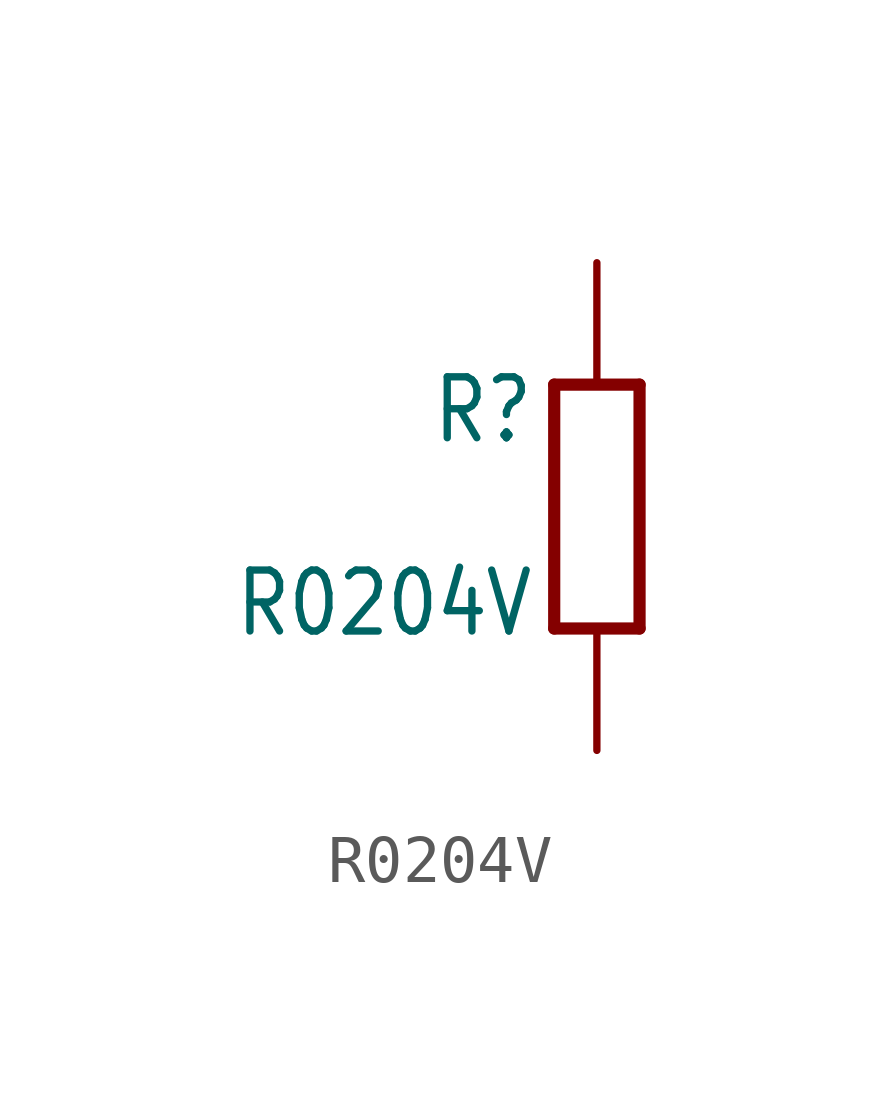
<source format=kicad_sym>
(kicad_symbol_lib
  (version 20201005)
  (generator kicad_symbol_editor)
  (symbol "R0204V"
    (property "Reference" "R"
      (at -1.27 1.27 0)
      (effects (font (size 1.27 1.079)) (justify right bottom)))
    (property "Value" "R0204V"
      (at -1.27 -1.27 0)
      (effects (font (size 1.27 1.079)) (justify right top)))
    (property "ki_locked" ""
      (at 0 0 0)
      (effects (font (size 1.27 1.27))))
    (symbol "R0204V_1_0"
      (polyline (pts (xy -0.889 2.54) (xy -0.889 -2.54)) (stroke (width 0.254)) (fill (type none)))
      (polyline (pts (xy 0.889 -2.54) (xy -0.889 -2.54)) (stroke (width 0.254)) (fill (type none)))
      (polyline (pts (xy 0.889 -2.54) (xy 0.889 2.54)) (stroke (width 0.254)) (fill (type none)))
      (polyline (pts (xy 0.889 2.54) (xy -0.889 2.54)) (stroke (width 0.254)) (fill (type none)))
      (pin passive line (at 0 5.08 270) (length 2.54) (name "2" (effects (font (size 0 0)))) (number "1" (effects (font (size 0 0)))))
      (pin passive line (at 0 -5.08 90) (length 2.54) (name "1" (effects (font (size 0 0)))) (number "2" (effects (font (size 0 0))))))))
</source>
